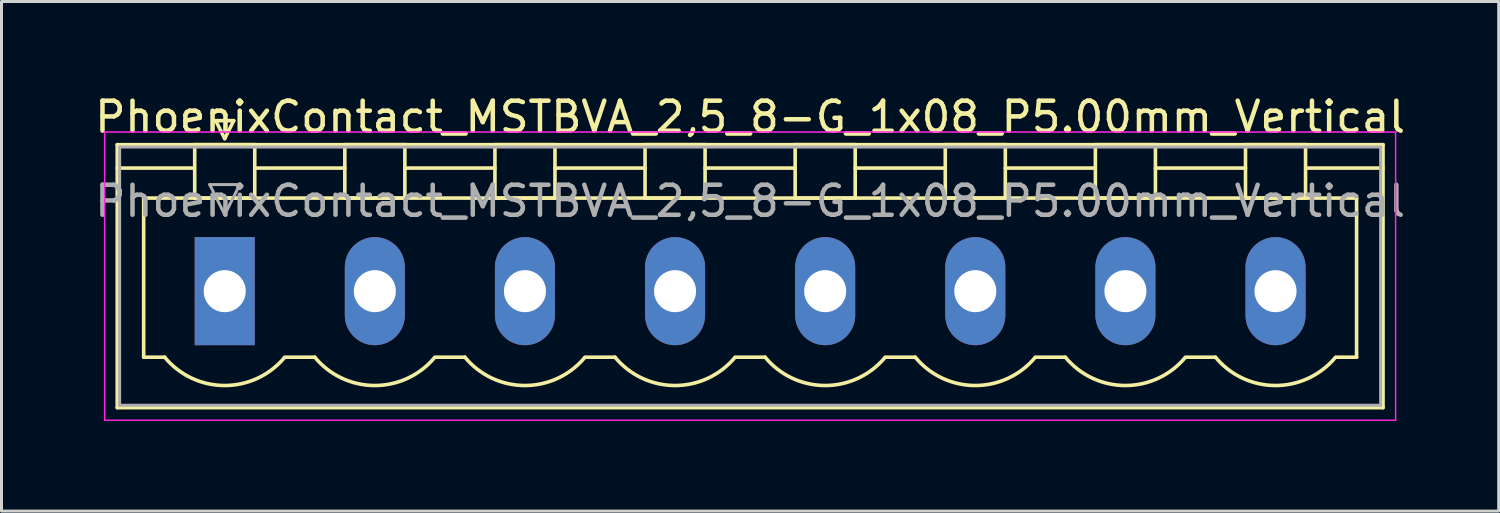
<source format=kicad_pcb>
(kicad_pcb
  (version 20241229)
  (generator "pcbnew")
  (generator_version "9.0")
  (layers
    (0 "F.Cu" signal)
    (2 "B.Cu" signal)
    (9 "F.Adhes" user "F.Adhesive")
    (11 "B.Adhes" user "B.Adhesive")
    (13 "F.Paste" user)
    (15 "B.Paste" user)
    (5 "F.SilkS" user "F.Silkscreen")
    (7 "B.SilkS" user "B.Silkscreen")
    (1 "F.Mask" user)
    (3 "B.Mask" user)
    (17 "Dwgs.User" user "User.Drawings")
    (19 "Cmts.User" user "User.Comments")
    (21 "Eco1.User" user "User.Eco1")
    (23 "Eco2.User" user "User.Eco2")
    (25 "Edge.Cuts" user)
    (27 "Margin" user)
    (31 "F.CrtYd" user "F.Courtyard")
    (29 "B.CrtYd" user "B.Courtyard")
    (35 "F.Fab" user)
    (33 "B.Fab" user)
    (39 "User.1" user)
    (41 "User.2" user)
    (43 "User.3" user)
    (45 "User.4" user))
  (footprint "PhoenixContact_MSTBVA_2,5_8-G_1x08_P5.00mm_Vertical"
    (layer "F.Cu")
    (at 4.435 6.648)
    (property "Reference" "PhoenixContact_MSTBVA_2,5_8-G_1x08_P5.00mm_Vertical" (at 17.5 -5.8 0) (layer "F.SilkS") (effects (font (size 1 1) (thickness 0.15))))
    (attr through_hole)
    (fp_line (start -3.58 -4.88) (end -3.58 3.88) (stroke (width 0.12) (type solid)) (layer "F.SilkS"))
    (fp_line (start -3.58 -4.1) (end -1.08 -4.1) (stroke (width 0.12) (type solid)) (layer "F.SilkS"))
    (fp_line (start -3.58 3.88) (end 38.58 3.88) (stroke (width 0.12) (type solid)) (layer "F.SilkS"))
    (fp_line (start -2.7 -3.1) (end 37.7 -3.1) (stroke (width 0.12) (type solid)) (layer "F.SilkS"))
    (fp_line (start -2.7 2.2) (end -2.7 -3.1) (stroke (width 0.12) (type solid)) (layer "F.SilkS"))
    (fp_line (start -2 2.2) (end -2.7 2.2) (stroke (width 0.12) (type solid)) (layer "F.SilkS"))
    (fp_line (start -1 -4.88) (end 1 -4.88) (stroke (width 0.12) (type solid)) (layer "F.SilkS"))
    (fp_line (start -1 -3.1) (end -1 -4.88) (stroke (width 0.12) (type solid)) (layer "F.SilkS"))
    (fp_line (start -0.3 -5.68) (end 0.3 -5.68) (stroke (width 0.12) (type solid)) (layer "F.SilkS"))
    (fp_line (start 0 -5.08) (end -0.3 -5.68) (stroke (width 0.12) (type solid)) (layer "F.SilkS"))
    (fp_line (start 0.3 -5.68) (end 0 -5.08) (stroke (width 0.12) (type solid)) (layer "F.SilkS"))
    (fp_line (start 1 -4.88) (end 1 -3.1) (stroke (width 0.12) (type solid)) (layer "F.SilkS"))
    (fp_line (start 1 -4.1) (end 4 -4.1) (stroke (width 0.12) (type solid)) (layer "F.SilkS"))
    (fp_line (start 1 -3.1) (end -1 -3.1) (stroke (width 0.12) (type solid)) (layer "F.SilkS"))
    (fp_line (start 2 2.2) (end 3 2.2) (stroke (width 0.12) (type solid)) (layer "F.SilkS"))
    (fp_line (start 4 -4.88) (end 6 -4.88) (stroke (width 0.12) (type solid)) (layer "F.SilkS"))
    (fp_line (start 4 -3.1) (end 4 -4.88) (stroke (width 0.12) (type solid)) (layer "F.SilkS"))
    (fp_line (start 6 -4.88) (end 6 -3.1) (stroke (width 0.12) (type solid)) (layer "F.SilkS"))
    (fp_line (start 6 -4.1) (end 9 -4.1) (stroke (width 0.12) (type solid)) (layer "F.SilkS"))
    (fp_line (start 6 -3.1) (end 4 -3.1) (stroke (width 0.12) (type solid)) (layer "F.SilkS"))
    (fp_line (start 7 2.2) (end 8 2.2) (stroke (width 0.12) (type solid)) (layer "F.SilkS"))
    (fp_line (start 9 -4.88) (end 11 -4.88) (stroke (width 0.12) (type solid)) (layer "F.SilkS"))
    (fp_line (start 9 -3.1) (end 9 -4.88) (stroke (width 0.12) (type solid)) (layer "F.SilkS"))
    (fp_line (start 11 -4.88) (end 11 -3.1) (stroke (width 0.12) (type solid)) (layer "F.SilkS"))
    (fp_line (start 11 -4.1) (end 14 -4.1) (stroke (width 0.12) (type solid)) (layer "F.SilkS"))
    (fp_line (start 11 -3.1) (end 9 -3.1) (stroke (width 0.12) (type solid)) (layer "F.SilkS"))
    (fp_line (start 12 2.2) (end 13 2.2) (stroke (width 0.12) (type solid)) (layer "F.SilkS"))
    (fp_line (start 14 -4.88) (end 16 -4.88) (stroke (width 0.12) (type solid)) (layer "F.SilkS"))
    (fp_line (start 14 -3.1) (end 14 -4.88) (stroke (width 0.12) (type solid)) (layer "F.SilkS"))
    (fp_line (start 16 -4.88) (end 16 -3.1) (stroke (width 0.12) (type solid)) (layer "F.SilkS"))
    (fp_line (start 16 -4.1) (end 19 -4.1) (stroke (width 0.12) (type solid)) (layer "F.SilkS"))
    (fp_line (start 16 -3.1) (end 14 -3.1) (stroke (width 0.12) (type solid)) (layer "F.SilkS"))
    (fp_line (start 17 2.2) (end 18 2.2) (stroke (width 0.12) (type solid)) (layer "F.SilkS"))
    (fp_line (start 19 -4.88) (end 21 -4.88) (stroke (width 0.12) (type solid)) (layer "F.SilkS"))
    (fp_line (start 19 -3.1) (end 19 -4.88) (stroke (width 0.12) (type solid)) (layer "F.SilkS"))
    (fp_line (start 21 -4.88) (end 21 -3.1) (stroke (width 0.12) (type solid)) (layer "F.SilkS"))
    (fp_line (start 21 -4.1) (end 24 -4.1) (stroke (width 0.12) (type solid)) (layer "F.SilkS"))
    (fp_line (start 21 -3.1) (end 19 -3.1) (stroke (width 0.12) (type solid)) (layer "F.SilkS"))
    (fp_line (start 22 2.2) (end 23 2.2) (stroke (width 0.12) (type solid)) (layer "F.SilkS"))
    (fp_line (start 24 -4.88) (end 26 -4.88) (stroke (width 0.12) (type solid)) (layer "F.SilkS"))
    (fp_line (start 24 -3.1) (end 24 -4.88) (stroke (width 0.12) (type solid)) (layer "F.SilkS"))
    (fp_line (start 26 -4.88) (end 26 -3.1) (stroke (width 0.12) (type solid)) (layer "F.SilkS"))
    (fp_line (start 26 -4.1) (end 29 -4.1) (stroke (width 0.12) (type solid)) (layer "F.SilkS"))
    (fp_line (start 26 -3.1) (end 24 -3.1) (stroke (width 0.12) (type solid)) (layer "F.SilkS"))
    (fp_line (start 27 2.2) (end 28 2.2) (stroke (width 0.12) (type solid)) (layer "F.SilkS"))
    (fp_line (start 29 -4.88) (end 31 -4.88) (stroke (width 0.12) (type solid)) (layer "F.SilkS"))
    (fp_line (start 29 -3.1) (end 29 -4.88) (stroke (width 0.12) (type solid)) (layer "F.SilkS"))
    (fp_line (start 31 -4.88) (end 31 -3.1) (stroke (width 0.12) (type solid)) (layer "F.SilkS"))
    (fp_line (start 31 -4.1) (end 34 -4.1) (stroke (width 0.12) (type solid)) (layer "F.SilkS"))
    (fp_line (start 31 -3.1) (end 29 -3.1) (stroke (width 0.12) (type solid)) (layer "F.SilkS"))
    (fp_line (start 32 2.2) (end 33 2.2) (stroke (width 0.12) (type solid)) (layer "F.SilkS"))
    (fp_line (start 34 -4.88) (end 36 -4.88) (stroke (width 0.12) (type solid)) (layer "F.SilkS"))
    (fp_line (start 34 -3.1) (end 34 -4.88) (stroke (width 0.12) (type solid)) (layer "F.SilkS"))
    (fp_line (start 36 -4.88) (end 36 -3.1) (stroke (width 0.12) (type solid)) (layer "F.SilkS"))
    (fp_line (start 36 -3.1) (end 34 -3.1) (stroke (width 0.12) (type solid)) (layer "F.SilkS"))
    (fp_line (start 37.7 -3.1) (end 37.7 2.2) (stroke (width 0.12) (type solid)) (layer "F.SilkS"))
    (fp_line (start 37.7 2.2) (end 37 2.2) (stroke (width 0.12) (type solid)) (layer "F.SilkS"))
    (fp_line (start 38.58 -4.88) (end -3.58 -4.88) (stroke (width 0.12) (type solid)) (layer "F.SilkS"))
    (fp_line (start 38.58 -4.1) (end 36.08 -4.1) (stroke (width 0.12) (type solid)) (layer "F.SilkS"))
    (fp_line (start 38.58 3.88) (end 38.58 -4.88) (stroke (width 0.12) (type solid)) (layer "F.SilkS"))
    (fp_arc (start 1.986842 2.215821) (mid -0.010289 3.142758) (end -2 2.2) (stroke (width 0.12) (type solid)) (layer "F.SilkS"))
    (fp_arc (start 6.986842 2.215821) (mid 4.989711 3.142758) (end 3 2.2) (stroke (width 0.12) (type solid)) (layer "F.SilkS"))
    (fp_arc (start 11.986842 2.215821) (mid 9.989711 3.142758) (end 8 2.2) (stroke (width 0.12) (type solid)) (layer "F.SilkS"))
    (fp_arc (start 16.986842 2.215821) (mid 14.989711 3.142758) (end 13 2.2) (stroke (width 0.12) (type solid)) (layer "F.SilkS"))
    (fp_arc (start 21.986842 2.215821) (mid 19.989711 3.142758) (end 18 2.2) (stroke (width 0.12) (type solid)) (layer "F.SilkS"))
    (fp_arc (start 26.986842 2.215821) (mid 24.989711 3.142758) (end 23 2.2) (stroke (width 0.12) (type solid)) (layer "F.SilkS"))
    (fp_arc (start 31.986842 2.215821) (mid 29.989711 3.142758) (end 28 2.2) (stroke (width 0.12) (type solid)) (layer "F.SilkS"))
    (fp_arc (start 36.986842 2.215821) (mid 34.989711 3.142758) (end 33 2.2) (stroke (width 0.12) (type solid)) (layer "F.SilkS"))
    (fp_line (start -4 -5.3) (end -4 4.3) (stroke (width 0.05) (type solid)) (layer "F.CrtYd"))
    (fp_line (start -4 4.3) (end 39 4.3) (stroke (width 0.05) (type solid)) (layer "F.CrtYd"))
    (fp_line (start 39 -5.3) (end -4 -5.3) (stroke (width 0.05) (type solid)) (layer "F.CrtYd"))
    (fp_line (start 39 4.3) (end 39 -5.3) (stroke (width 0.05) (type solid)) (layer "F.CrtYd"))
    (fp_line (start -3.5 -4.8) (end -3.5 3.8) (stroke (width 0.1) (type solid)) (layer "F.Fab"))
    (fp_line (start -3.5 3.8) (end 38.5 3.8) (stroke (width 0.1) (type solid)) (layer "F.Fab"))
    (fp_line (start -0.5 -3.55) (end 0.5 -3.55) (stroke (width 0.1) (type solid)) (layer "F.Fab"))
    (fp_line (start 0 -2.55) (end -0.5 -3.55) (stroke (width 0.1) (type solid)) (layer "F.Fab"))
    (fp_line (start 0.5 -3.55) (end 0 -2.55) (stroke (width 0.1) (type solid)) (layer "F.Fab"))
    (fp_line (start 38.5 -4.8) (end -3.5 -4.8) (stroke (width 0.1) (type solid)) (layer "F.Fab"))
    (fp_line (start 38.5 3.8) (end 38.5 -4.8) (stroke (width 0.1) (type solid)) (layer "F.Fab"))
    (fp_text user "${REFERENCE}" (at 17.5 -3 0) (layer "F.Fab") (effects (font (size 1 1) (thickness 0.15))))
    (pad "1" thru_hole rect (at 0 0) (size 2 3.6) (drill 1.4) (layers "*.Cu" "*.Mask"))
    (pad "2" thru_hole oval (at 5 0) (size 2 3.6) (drill 1.4) (layers "*.Cu" "*.Mask"))
    (pad "3" thru_hole oval (at 10 0) (size 2 3.6) (drill 1.4) (layers "*.Cu" "*.Mask"))
    (pad "4" thru_hole oval (at 15 0) (size 2 3.6) (drill 1.4) (layers "*.Cu" "*.Mask"))
    (pad "5" thru_hole oval (at 20 0) (size 2 3.6) (drill 1.4) (layers "*.Cu" "*.Mask"))
    (pad "6" thru_hole oval (at 25 0) (size 2 3.6) (drill 1.4) (layers "*.Cu" "*.Mask"))
    (pad "7" thru_hole oval (at 30 0) (size 2 3.6) (drill 1.4) (layers "*.Cu" "*.Mask"))
    (pad "8" thru_hole oval (at 35 0) (size 2 3.6) (drill 1.4) (layers "*.Cu" "*.Mask")))
  (gr_rect
    (start -3 -3)
    (end 46.869 13.973)
    (stroke (width 0.1) (type default))
    (fill no)
    (layer "Edge.Cuts")))
</source>
